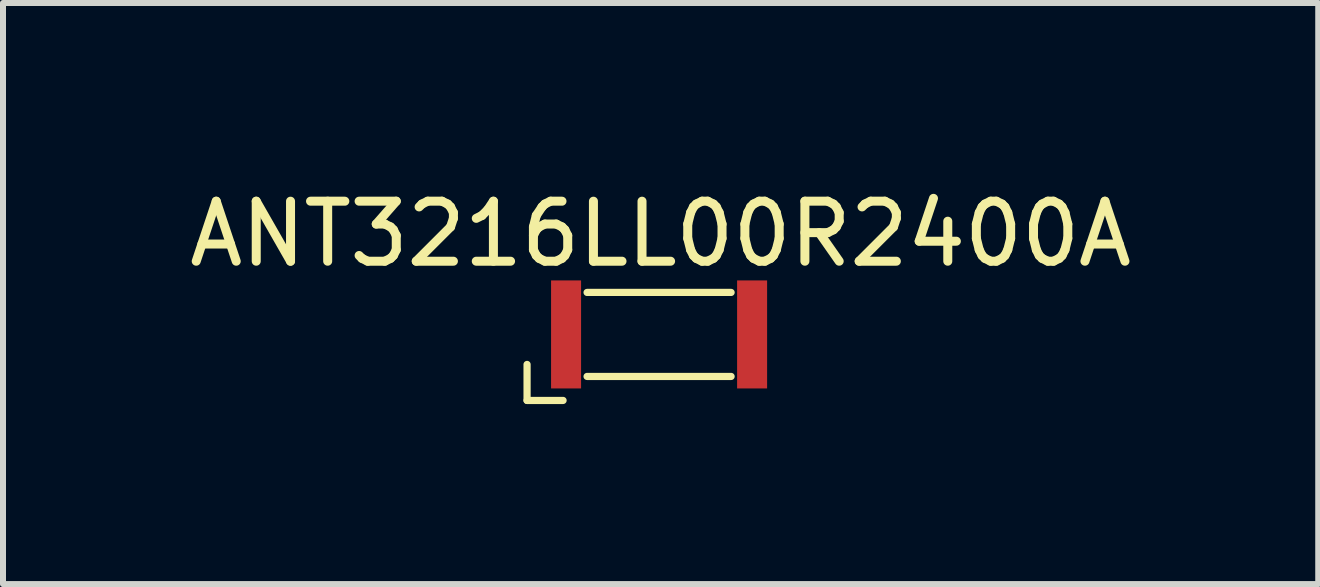
<source format=kicad_pcb>
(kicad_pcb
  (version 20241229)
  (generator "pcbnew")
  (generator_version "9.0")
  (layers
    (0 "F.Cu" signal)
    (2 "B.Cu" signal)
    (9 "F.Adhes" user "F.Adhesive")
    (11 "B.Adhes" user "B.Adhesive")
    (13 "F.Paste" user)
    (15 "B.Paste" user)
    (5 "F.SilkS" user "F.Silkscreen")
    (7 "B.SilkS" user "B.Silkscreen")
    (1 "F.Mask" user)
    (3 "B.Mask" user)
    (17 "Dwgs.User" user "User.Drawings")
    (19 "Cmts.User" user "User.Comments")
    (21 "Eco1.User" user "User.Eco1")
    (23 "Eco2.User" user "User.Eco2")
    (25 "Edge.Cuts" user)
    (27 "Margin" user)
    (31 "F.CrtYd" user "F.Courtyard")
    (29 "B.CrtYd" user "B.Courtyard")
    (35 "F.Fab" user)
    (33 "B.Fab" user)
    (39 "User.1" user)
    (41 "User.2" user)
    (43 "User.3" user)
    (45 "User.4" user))
  (footprint "ANT3216LL00R2400A"
    (layer "F.Cu")
    (at 7.958 2.523)
    (property "Reference" "ANT3216LL00R2400A" (at 0 -1.675 0) (unlocked yes) (layer "F.SilkS") (effects (font (size 1 1) (thickness 0.15))))
    (attr smd)
    (fp_line (start -2.225 0.5) (end -2.225 1.1) (stroke (width 0.12) (type solid)) (layer "F.SilkS"))
    (fp_line (start -2.225 1.1) (end -1.625 1.1) (stroke (width 0.12) (type solid)) (layer "F.SilkS"))
    (fp_line (start -1.225 -0.7) (end 1.175 -0.7) (stroke (width 0.12) (type solid)) (layer "F.SilkS"))
    (fp_line (start 1.175 0.7) (end -1.225 0.7) (stroke (width 0.12) (type solid)) (layer "F.SilkS"))
    (pad "1" smd rect (at 1.525 0 90) (size 1.8 0.5) (layers "F.Cu" "F.Mask" "F.Paste"))
    (pad "2" smd rect (at -1.575 0 90) (size 1.8 0.5) (layers "F.Cu" "F.Mask" "F.Paste")))
  (gr_rect
    (start -3 -3)
    (end 18.917 6.683)
    (stroke (width 0.1) (type default))
    (fill no)
    (layer "Edge.Cuts")))
</source>
